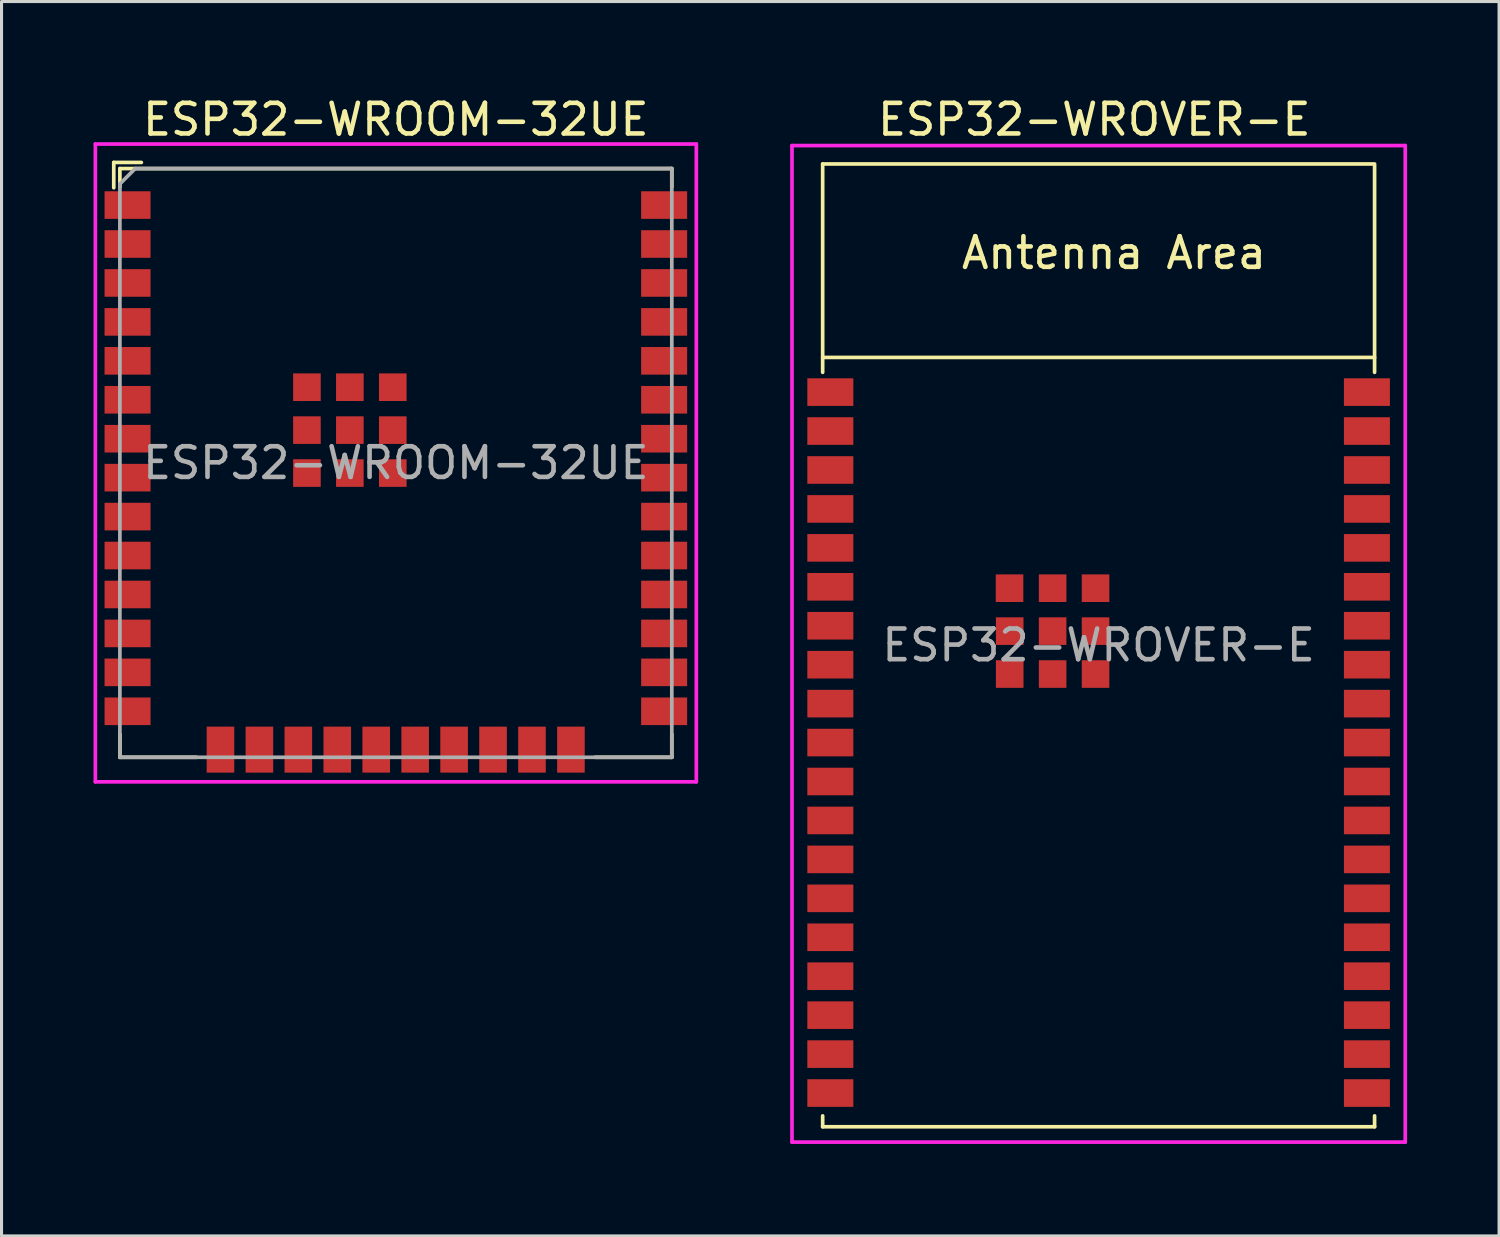
<source format=kicad_pcb>
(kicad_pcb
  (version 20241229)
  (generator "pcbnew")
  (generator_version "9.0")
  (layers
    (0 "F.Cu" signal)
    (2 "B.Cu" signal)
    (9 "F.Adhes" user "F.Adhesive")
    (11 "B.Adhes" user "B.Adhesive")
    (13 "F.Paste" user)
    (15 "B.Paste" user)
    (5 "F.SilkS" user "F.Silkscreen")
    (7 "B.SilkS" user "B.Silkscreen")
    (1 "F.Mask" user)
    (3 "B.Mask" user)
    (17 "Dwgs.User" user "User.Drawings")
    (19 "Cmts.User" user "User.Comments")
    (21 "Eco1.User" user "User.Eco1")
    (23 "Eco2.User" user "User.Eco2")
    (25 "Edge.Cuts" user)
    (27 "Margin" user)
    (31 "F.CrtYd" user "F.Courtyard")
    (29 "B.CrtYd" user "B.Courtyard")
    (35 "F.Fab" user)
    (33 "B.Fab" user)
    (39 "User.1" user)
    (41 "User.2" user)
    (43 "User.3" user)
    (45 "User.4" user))
  (footprint "ESP32-WROVER-E"
    (layer "F.Cu")
    (at 32.78 17.993)
    (property "Reference" "ESP32-WROVER-E" (at -0.14 -17.145 0) (layer "F.SilkS") (effects (font (size 1 1) (thickness 0.15))))
    (attr smd)
    (fp_line (start -9 -15.695) (end -9 -8.9) (stroke (width 0.12) (type solid)) (layer "F.SilkS"))
    (fp_line (start -9 -9.385) (end 9 -9.385) (stroke (width 0.12) (type solid)) (layer "F.SilkS"))
    (fp_line (start -9 15.705) (end -9 15.35) (stroke (width 0.12) (type solid)) (layer "F.SilkS"))
    (fp_line (start -9 15.705) (end 9 15.705) (stroke (width 0.12) (type solid)) (layer "F.SilkS"))
    (fp_line (start 9 -15.695) (end -9 -15.695) (stroke (width 0.12) (type solid)) (layer "F.SilkS"))
    (fp_line (start 9 -15.65) (end 9 -8.9) (stroke (width 0.12) (type solid)) (layer "F.SilkS"))
    (fp_line (start 9 15.705) (end 9 15.35) (stroke (width 0.12) (type solid)) (layer "F.SilkS"))
    (fp_line (start -9 -15.695) (end -9 15.705) (stroke (width 0.12) (type solid)) (layer "Eco2.User"))
    (fp_line (start -9 -9.385) (end 9 -9.385) (stroke (width 0.12) (type solid)) (layer "Eco2.User"))
    (fp_line (start -9 15.705) (end 9 15.705) (stroke (width 0.12) (type solid)) (layer "Eco2.User"))
    (fp_line (start 9 -15.695) (end -9 -15.695) (stroke (width 0.12) (type solid)) (layer "Eco2.User"))
    (fp_line (start 9 15.705) (end 9 -15.695) (stroke (width 0.12) (type solid)) (layer "Eco2.User"))
    (fp_line (start -10 -16.295) (end 10 -16.295) (stroke (width 0.12) (type solid)) (layer "F.CrtYd"))
    (fp_line (start -10 16.205) (end -10 -16.295) (stroke (width 0.12) (type solid)) (layer "F.CrtYd"))
    (fp_line (start 10 -16.295) (end 10 16.205) (stroke (width 0.12) (type solid)) (layer "F.CrtYd"))
    (fp_line (start 10 16.205) (end -10 16.205) (stroke (width 0.12) (type solid)) (layer "F.CrtYd"))
    (fp_text user "Antenna Area" (at 0.5 -12.795 0) (unlocked yes) (layer "F.SilkS") (effects (font (size 1 1) (thickness 0.15))))
    (fp_text user "${REFERENCE}" (at 0 0 0) (layer "F.Fab") (effects (font (size 1 1) (thickness 0.15))))
    (pad "1" smd rect (at -8.75 -8.255) (size 1.5 0.9) (layers "F.Cu" "F.Mask" "F.Paste"))
    (pad "2" smd rect (at -8.75 -6.985) (size 1.5 0.9) (layers "F.Cu" "F.Mask" "F.Paste"))
    (pad "3" smd rect (at -8.75 -5.715) (size 1.5 0.9) (layers "F.Cu" "F.Mask" "F.Paste"))
    (pad "4" smd rect (at -8.75 -4.445) (size 1.5 0.9) (layers "F.Cu" "F.Mask" "F.Paste"))
    (pad "5" smd rect (at -8.75 -3.175) (size 1.5 0.9) (layers "F.Cu" "F.Mask" "F.Paste"))
    (pad "6" smd rect (at -8.75 -1.905) (size 1.5 0.9) (layers "F.Cu" "F.Mask" "F.Paste"))
    (pad "7" smd rect (at -8.75 -0.635) (size 1.5 0.9) (layers "F.Cu" "F.Mask" "F.Paste"))
    (pad "8" smd rect (at -8.75 0.635) (size 1.5 0.9) (layers "F.Cu" "F.Mask" "F.Paste"))
    (pad "9" smd rect (at -8.75 1.905) (size 1.5 0.9) (layers "F.Cu" "F.Mask" "F.Paste"))
    (pad "10" smd rect (at -8.75 3.175) (size 1.5 0.9) (layers "F.Cu" "F.Mask" "F.Paste"))
    (pad "11" smd rect (at -8.75 4.445) (size 1.5 0.9) (layers "F.Cu" "F.Mask" "F.Paste"))
    (pad "12" smd rect (at -8.75 5.715) (size 1.5 0.9) (layers "F.Cu" "F.Mask" "F.Paste"))
    (pad "13" smd rect (at -8.75 6.985) (size 1.5 0.9) (layers "F.Cu" "F.Mask" "F.Paste"))
    (pad "14" smd rect (at -8.75 8.255) (size 1.5 0.9) (layers "F.Cu" "F.Mask" "F.Paste"))
    (pad "15" smd rect (at -8.75 9.525) (size 1.5 0.9) (layers "F.Cu" "F.Mask" "F.Paste"))
    (pad "16" smd rect (at -8.75 10.795) (size 1.5 0.9) (layers "F.Cu" "F.Mask" "F.Paste"))
    (pad "17" smd rect (at -8.75 12.065) (size 1.5 0.9) (layers "F.Cu" "F.Mask" "F.Paste"))
    (pad "18" smd rect (at -8.75 13.335) (size 1.5 0.9) (layers "F.Cu" "F.Mask" "F.Paste"))
    (pad "19" smd rect (at -8.75 14.605) (size 1.5 0.9) (layers "F.Cu" "F.Mask" "F.Paste"))
    (pad "20" smd rect (at 8.75 14.605) (size 1.5 0.9) (layers "F.Cu" "F.Mask" "F.Paste"))
    (pad "21" smd rect (at 8.75 13.335) (size 1.5 0.9) (layers "F.Cu" "F.Mask" "F.Paste"))
    (pad "22" smd rect (at 8.75 12.065) (size 1.5 0.9) (layers "F.Cu" "F.Mask" "F.Paste"))
    (pad "23" smd rect (at 8.75 10.795) (size 1.5 0.9) (layers "F.Cu" "F.Mask" "F.Paste"))
    (pad "24" smd rect (at 8.75 9.525) (size 1.5 0.9) (layers "F.Cu" "F.Mask" "F.Paste"))
    (pad "25" smd rect (at 8.75 8.255) (size 1.5 0.9) (layers "F.Cu" "F.Mask" "F.Paste"))
    (pad "26" smd rect (at 8.75 6.985) (size 1.5 0.9) (layers "F.Cu" "F.Mask" "F.Paste"))
    (pad "27" smd rect (at 8.75 5.715) (size 1.5 0.9) (layers "F.Cu" "F.Mask" "F.Paste"))
    (pad "28" smd rect (at 8.75 4.445) (size 1.5 0.9) (layers "F.Cu" "F.Mask" "F.Paste"))
    (pad "29" smd rect (at 8.75 3.175) (size 1.5 0.9) (layers "F.Cu" "F.Mask" "F.Paste"))
    (pad "30" smd rect (at 8.75 1.905) (size 1.5 0.9) (layers "F.Cu" "F.Mask" "F.Paste"))
    (pad "31" smd rect (at 8.75 0.635) (size 1.5 0.9) (layers "F.Cu" "F.Mask" "F.Paste"))
    (pad "32" smd rect (at 8.75 -0.635) (size 1.5 0.9) (layers "F.Cu" "F.Mask" "F.Paste"))
    (pad "33" smd rect (at 8.75 -1.905) (size 1.5 0.9) (layers "F.Cu" "F.Mask" "F.Paste"))
    (pad "34" smd rect (at 8.75 -3.175) (size 1.5 0.9) (layers "F.Cu" "F.Mask" "F.Paste"))
    (pad "35" smd rect (at 8.75 -4.445) (size 1.5 0.9) (layers "F.Cu" "F.Mask" "F.Paste"))
    (pad "36" smd rect (at 8.75 -5.715) (size 1.5 0.9) (layers "F.Cu" "F.Mask" "F.Paste"))
    (pad "37" smd rect (at 8.75 -6.985) (size 1.5 0.9) (layers "F.Cu" "F.Mask" "F.Paste"))
    (pad "38" smd rect (at 8.75 -8.255) (size 1.5 0.9) (layers "F.Cu" "F.Mask" "F.Paste"))
    (pad "39" smd rect (at -2.905 -1.86) (size 0.9 0.9) (layers "F.Cu" "F.Mask" "F.Paste"))
    (pad "39" smd rect (at -2.9 -0.46) (size 0.9 0.9) (layers "F.Cu" "F.Mask" "F.Paste"))
    (pad "39" smd rect (at -2.9 0.94) (size 0.9 0.9) (layers "F.Cu" "F.Mask" "F.Paste"))
    (pad "39" smd rect (at -1.5 -1.86) (size 0.9 0.9) (layers "F.Cu" "F.Mask" "F.Paste"))
    (pad "39" smd rect (at -1.5 -0.46) (size 0.9 0.9) (layers "F.Cu" "F.Mask" "F.Paste"))
    (pad "39" smd rect (at -1.5 0.94) (size 0.9 0.9) (layers "F.Cu" "F.Mask" "F.Paste"))
    (pad "39" smd rect (at -0.1 -1.86) (size 0.9 0.9) (layers "F.Cu" "F.Mask" "F.Paste"))
    (pad "39" smd rect (at -0.1 -0.46) (size 0.9 0.9) (layers "F.Cu" "F.Mask" "F.Paste"))
    (pad "39" smd rect (at -0.1 0.94) (size 0.9 0.9) (layers "F.Cu" "F.Mask" "F.Paste")))
  (footprint "ESP32-WROOM-32UE"
    (layer "F.Cu")
    (at 9.86 12.048)
    (property "Reference" "ESP32-WROOM-32UE" (at 0 -11.2 0) (layer "F.SilkS") (effects (font (size 1 1) (thickness 0.15))))
    (attr smd)
    (fp_line (start -9.2 -9.8) (end -9.2 -8.975) (stroke (width 0.12) (type solid)) (layer "F.SilkS"))
    (fp_line (start -9 -9.6) (end -9 -8.995) (stroke (width 0.12) (type solid)) (layer "F.SilkS"))
    (fp_line (start -9 8.85) (end -9 9.6) (stroke (width 0.12) (type solid)) (layer "F.SilkS"))
    (fp_line (start -9 9.6) (end -6.5 9.6) (stroke (width 0.12) (type solid)) (layer "F.SilkS"))
    (fp_line (start -8.3 -9.8) (end -9.2 -9.8) (stroke (width 0.12) (type solid)) (layer "F.SilkS"))
    (fp_line (start 6.5 9.6) (end 9 9.6) (stroke (width 0.12) (type solid)) (layer "F.SilkS"))
    (fp_line (start 9 -9.6) (end -9 -9.6) (stroke (width 0.12) (type solid)) (layer "F.SilkS"))
    (fp_line (start 9 -9.6) (end 9 -8.995) (stroke (width 0.12) (type solid)) (layer "F.SilkS"))
    (fp_line (start 9 8.85) (end 9 9.6) (stroke (width 0.12) (type solid)) (layer "F.SilkS"))
    (fp_line (start -9 -9.6) (end 9 -9.6) (stroke (width 0.12) (type solid)) (layer "Eco2.User"))
    (fp_line (start -9 9.6) (end -9 -9.6) (stroke (width 0.12) (type solid)) (layer "Eco2.User"))
    (fp_line (start 9 -9.6) (end 9 9.6) (stroke (width 0.12) (type solid)) (layer "Eco2.User"))
    (fp_line (start 9 9.6) (end -9 9.6) (stroke (width 0.12) (type solid)) (layer "Eco2.User"))
    (fp_line (start -9.8 -10.4) (end -9.8 10.4) (stroke (width 0.12) (type solid)) (layer "F.CrtYd"))
    (fp_line (start -9.8 -10.4) (end 9.8 -10.4) (stroke (width 0.12) (type solid)) (layer "F.CrtYd"))
    (fp_line (start -9.8 10.4) (end 9.8 10.4) (stroke (width 0.12) (type solid)) (layer "F.CrtYd"))
    (fp_line (start 9.8 -10.4) (end 9.8 10.4) (stroke (width 0.12) (type solid)) (layer "F.CrtYd"))
    (fp_line (start -9 9.6) (end -9 -9.1) (stroke (width 0.12) (type solid)) (layer "F.Fab"))
    (fp_line (start -8.5 -9.6) (end -9 -9.1) (stroke (width 0.12) (type solid)) (layer "F.Fab"))
    (fp_line (start -8.5 -9.6) (end 9 -9.6) (stroke (width 0.12) (type solid)) (layer "F.Fab"))
    (fp_line (start 9 -9.6) (end 9 9.6) (stroke (width 0.12) (type solid)) (layer "F.Fab"))
    (fp_line (start 9 9.6) (end -9 9.6) (stroke (width 0.12) (type solid)) (layer "F.Fab"))
    (fp_text user "${REFERENCE}" (at 0 0 0) (layer "F.Fab") (effects (font (size 1 1) (thickness 0.15))))
    (pad "1" smd rect (at -8.75 -8.41) (size 1.5 0.9) (layers "F.Cu" "F.Mask" "F.Paste"))
    (pad "2" smd rect (at -8.75 -7.14) (size 1.5 0.9) (layers "F.Cu" "F.Mask" "F.Paste"))
    (pad "3" smd rect (at -8.75 -5.87) (size 1.5 0.9) (layers "F.Cu" "F.Mask" "F.Paste"))
    (pad "4" smd rect (at -8.75 -4.6) (size 1.5 0.9) (layers "F.Cu" "F.Mask" "F.Paste"))
    (pad "5" smd rect (at -8.75 -3.33) (size 1.5 0.9) (layers "F.Cu" "F.Mask" "F.Paste"))
    (pad "6" smd rect (at -8.75 -2.06) (size 1.5 0.9) (layers "F.Cu" "F.Mask" "F.Paste"))
    (pad "7" smd rect (at -8.75 -0.79) (size 1.5 0.9) (layers "F.Cu" "F.Mask" "F.Paste"))
    (pad "8" smd rect (at -8.75 0.48) (size 1.5 0.9) (layers "F.Cu" "F.Mask" "F.Paste"))
    (pad "9" smd rect (at -8.75 1.75) (size 1.5 0.9) (layers "F.Cu" "F.Mask" "F.Paste"))
    (pad "10" smd rect (at -8.75 3.02) (size 1.5 0.9) (layers "F.Cu" "F.Mask" "F.Paste"))
    (pad "11" smd rect (at -8.75 4.29) (size 1.5 0.9) (layers "F.Cu" "F.Mask" "F.Paste"))
    (pad "12" smd rect (at -8.75 5.56) (size 1.5 0.9) (layers "F.Cu" "F.Mask" "F.Paste"))
    (pad "13" smd rect (at -8.75 6.83) (size 1.5 0.9) (layers "F.Cu" "F.Mask" "F.Paste"))
    (pad "14" smd rect (at -8.75 8.1) (size 1.5 0.9) (layers "F.Cu" "F.Mask" "F.Paste"))
    (pad "15" smd rect (at -5.72 9.35 90) (size 1.5 0.9) (layers "F.Cu" "F.Mask" "F.Paste"))
    (pad "16" smd rect (at -4.45 9.35 90) (size 1.5 0.9) (layers "F.Cu" "F.Mask" "F.Paste"))
    (pad "17" smd rect (at -3.18 9.35 90) (size 1.5 0.9) (layers "F.Cu" "F.Mask" "F.Paste"))
    (pad "18" smd rect (at -1.91 9.35 90) (size 1.5 0.9) (layers "F.Cu" "F.Mask" "F.Paste"))
    (pad "19" smd rect (at -0.64 9.35 90) (size 1.5 0.9) (layers "F.Cu" "F.Mask" "F.Paste"))
    (pad "20" smd rect (at 0.63 9.35 90) (size 1.5 0.9) (layers "F.Cu" "F.Mask" "F.Paste"))
    (pad "21" smd rect (at 1.9 9.35 90) (size 1.5 0.9) (layers "F.Cu" "F.Mask" "F.Paste"))
    (pad "22" smd rect (at 3.17 9.35 90) (size 1.5 0.9) (layers "F.Cu" "F.Mask" "F.Paste"))
    (pad "23" smd rect (at 4.44 9.35 90) (size 1.5 0.9) (layers "F.Cu" "F.Mask" "F.Paste"))
    (pad "24" smd rect (at 5.71 9.35 90) (size 1.5 0.9) (layers "F.Cu" "F.Mask" "F.Paste"))
    (pad "25" smd rect (at 8.75 8.1 180) (size 1.5 0.9) (layers "F.Cu" "F.Mask" "F.Paste"))
    (pad "26" smd rect (at 8.75 6.83 180) (size 1.5 0.9) (layers "F.Cu" "F.Mask" "F.Paste"))
    (pad "27" smd rect (at 8.75 5.56 180) (size 1.5 0.9) (layers "F.Cu" "F.Mask" "F.Paste"))
    (pad "28" smd rect (at 8.75 4.29 180) (size 1.5 0.9) (layers "F.Cu" "F.Mask" "F.Paste"))
    (pad "29" smd rect (at 8.75 3.02 180) (size 1.5 0.9) (layers "F.Cu" "F.Mask" "F.Paste"))
    (pad "30" smd rect (at 8.75 1.75 180) (size 1.5 0.9) (layers "F.Cu" "F.Mask" "F.Paste"))
    (pad "31" smd rect (at 8.75 0.48 180) (size 1.5 0.9) (layers "F.Cu" "F.Mask" "F.Paste"))
    (pad "32" smd rect (at 8.75 -0.79 180) (size 1.5 0.9) (layers "F.Cu" "F.Mask" "F.Paste"))
    (pad "33" smd rect (at 8.75 -2.06 180) (size 1.5 0.9) (layers "F.Cu" "F.Mask" "F.Paste"))
    (pad "34" smd rect (at 8.75 -3.33 180) (size 1.5 0.9) (layers "F.Cu" "F.Mask" "F.Paste"))
    (pad "35" smd rect (at 8.75 -4.6 180) (size 1.5 0.9) (layers "F.Cu" "F.Mask" "F.Paste"))
    (pad "36" smd rect (at 8.75 -5.87 180) (size 1.5 0.9) (layers "F.Cu" "F.Mask" "F.Paste"))
    (pad "37" smd rect (at 8.75 -7.14 180) (size 1.5 0.9) (layers "F.Cu" "F.Mask" "F.Paste"))
    (pad "38" smd rect (at 8.75 -8.41 180) (size 1.5 0.9) (layers "F.Cu" "F.Mask" "F.Paste"))
    (pad "39" smd rect (at -2.9 -2.47 180) (size 0.9 0.9) (layers "F.Cu" "F.Mask" "F.Paste"))
    (pad "39" smd rect (at -2.9 -1.07 180) (size 0.9 0.9) (layers "F.Cu" "F.Mask" "F.Paste"))
    (pad "39" smd rect (at -2.9 0.33 180) (size 0.9 0.9) (layers "F.Cu" "F.Mask" "F.Paste"))
    (pad "39" smd rect (at -1.5 -2.47 180) (size 0.9 0.9) (layers "F.Cu" "F.Mask" "F.Paste"))
    (pad "39" smd rect (at -1.5 -1.07 180) (size 0.9 0.9) (layers "F.Cu" "F.Mask" "F.Paste"))
    (pad "39" smd rect (at -1.5 0.33 180) (size 0.9 0.9) (layers "F.Cu" "F.Mask" "F.Paste"))
    (pad "39" smd rect (at -0.1 -2.47 180) (size 0.9 0.9) (layers "F.Cu" "F.Mask" "F.Paste"))
    (pad "39" smd rect (at -0.1 -1.07 180) (size 0.9 0.9) (layers "F.Cu" "F.Mask" "F.Paste"))
    (pad "39" smd rect (at -0.1 0.33 180) (size 0.9 0.9) (layers "F.Cu" "F.Mask" "F.Paste")))
  (gr_rect
    (start -3 -3)
    (end 45.84 37.258)
    (stroke (width 0.1) (type default))
    (fill no)
    (layer "Edge.Cuts")))
</source>
